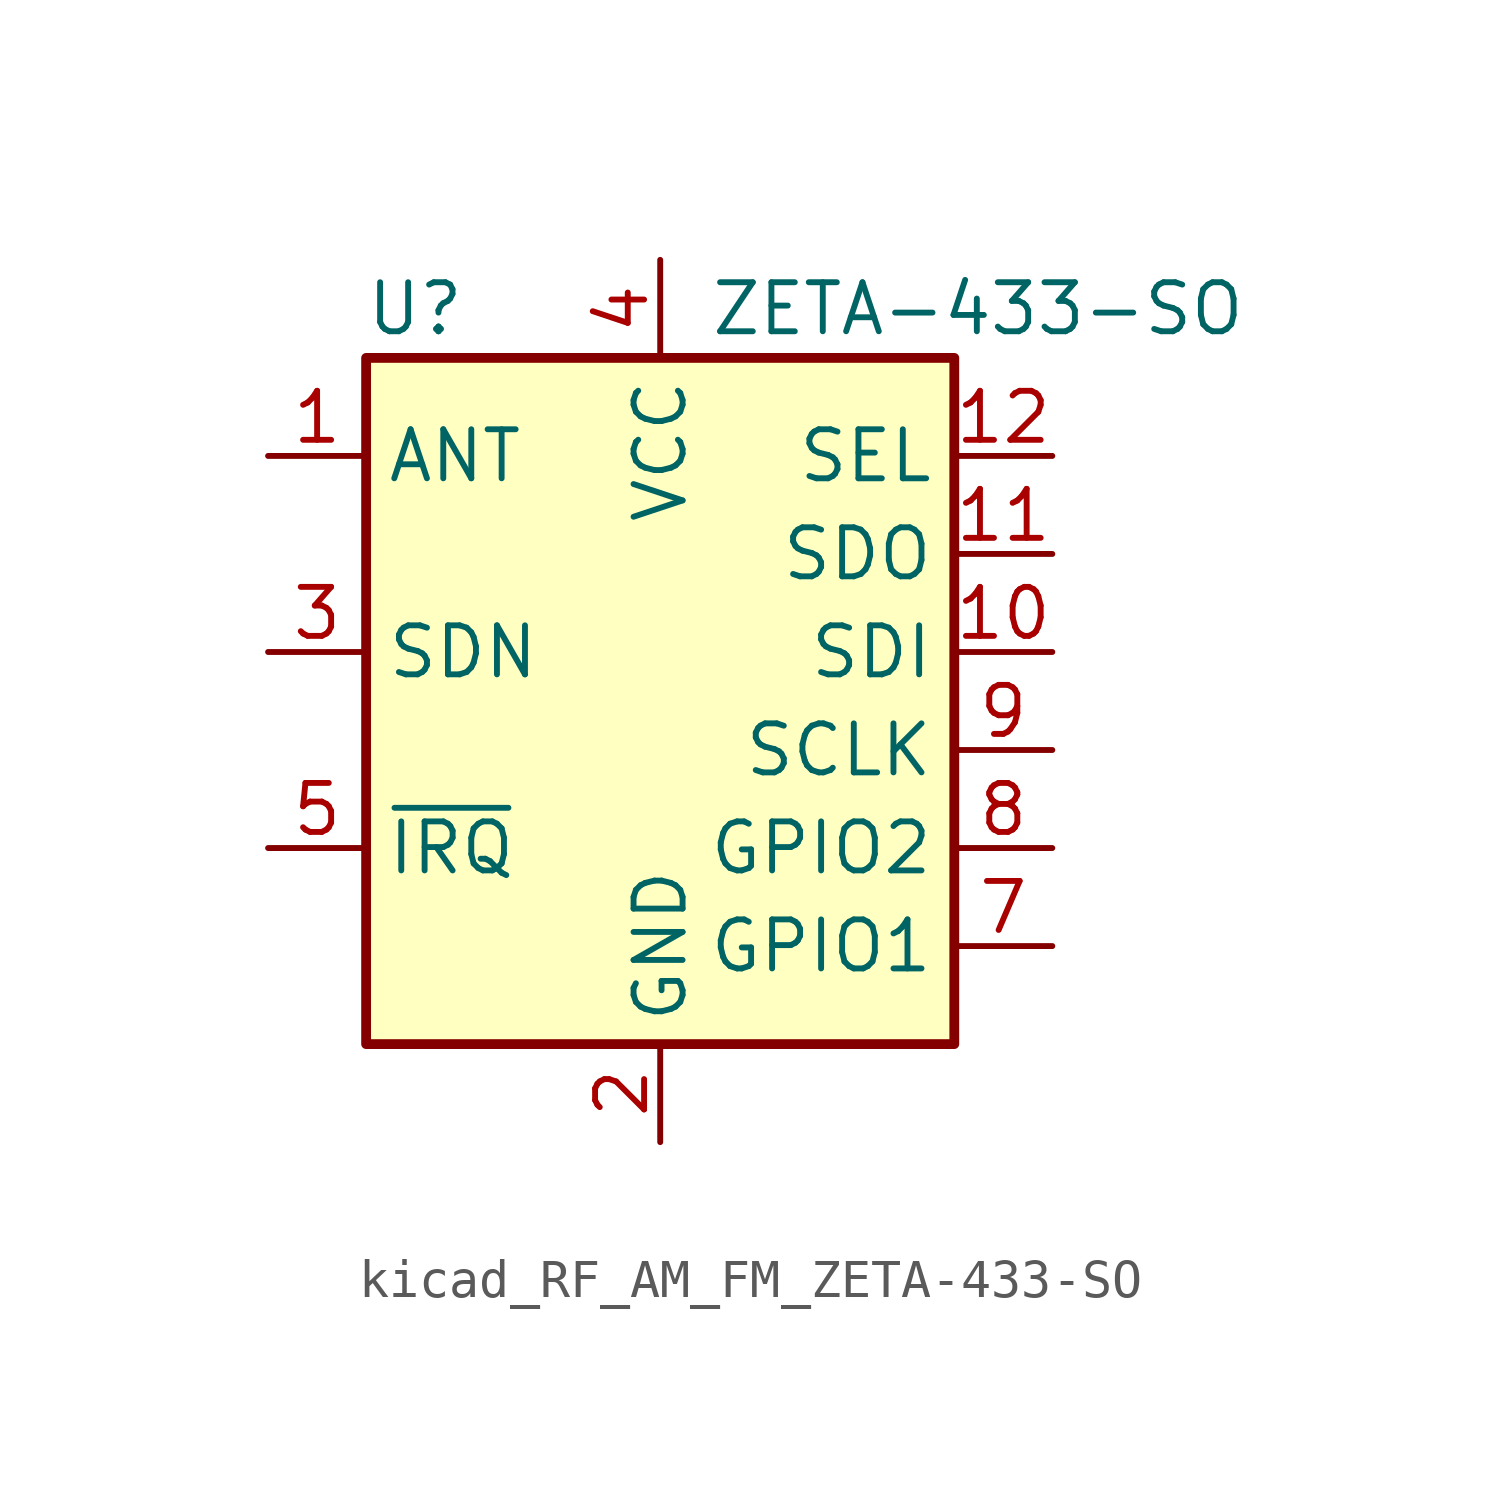
<source format=kicad_sym>
(kicad_symbol_lib
  (version 20220914)
  (generator kicad_symbol_editor)
  (symbol "kicad_RF_AM_FM_ZETA-433-SO"
    (property "Reference" "U"
      (at -6.35 8.89 0)
      (effects (font (size 1.27 1.27))))
    (property "Value" "ZETA-433-SO"
      (at 1.27 8.89 0)
      (effects (font (size 1.27 1.27)) (justify left)))
    (symbol "kicad_RF_AM_FM_ZETA-433-SO_0_1"
      (rectangle (start 7.62 -10.16) (end -7.62 7.62) (stroke (width 0.254) (type default)) (fill (type background))))
    (symbol "kicad_RF_AM_FM_ZETA-433-SO_1_1"
      (pin bidirectional line (at -10.16 5.08 0) (length 2.54) (name "ANT" (effects (font (size 1.27 1.27)))) (number "1" (effects (font (size 1.27 1.27)))))
      (pin input line (at 10.16 0 180) (length 2.54) (name "SDI" (effects (font (size 1.27 1.27)))) (number "10" (effects (font (size 1.27 1.27)))))
      (pin output line (at 10.16 2.54 180) (length 2.54) (name "SDO" (effects (font (size 1.27 1.27)))) (number "11" (effects (font (size 1.27 1.27)))))
      (pin input line (at 10.16 5.08 180) (length 2.54) (name "SEL" (effects (font (size 1.27 1.27)))) (number "12" (effects (font (size 1.27 1.27)))))
      (pin power_in line (at 0 -12.7 90) (length 2.54) (name "GND" (effects (font (size 1.27 1.27)))) (number "2" (effects (font (size 1.27 1.27)))))
      (pin input line (at -10.16 0 0) (length 2.54) (name "SDN" (effects (font (size 1.27 1.27)))) (number "3" (effects (font (size 1.27 1.27)))))
      (pin power_in line (at 0 10.16 270) (length 2.54) (name "VCC" (effects (font (size 1.27 1.27)))) (number "4" (effects (font (size 1.27 1.27)))))
      (pin output line (at -10.16 -5.08 0) (length 2.54) (name "~{IRQ}" (effects (font (size 1.27 1.27)))) (number "5" (effects (font (size 1.27 1.27)))))
      (pin no_connect line (at -7.62 -7.62 0) (length 2.54) hide (name "NC" (effects (font (size 1.27 1.27)))) (number "6" (effects (font (size 1.27 1.27)))))
      (pin bidirectional line (at 10.16 -7.62 180) (length 2.54) (name "GPIO1" (effects (font (size 1.27 1.27)))) (number "7" (effects (font (size 1.27 1.27)))))
      (pin bidirectional line (at 10.16 -5.08 180) (length 2.54) (name "GPIO2" (effects (font (size 1.27 1.27)))) (number "8" (effects (font (size 1.27 1.27)))))
      (pin input line (at 10.16 -2.54 180) (length 2.54) (name "SCLK" (effects (font (size 1.27 1.27)))) (number "9" (effects (font (size 1.27 1.27))))))))
</source>
